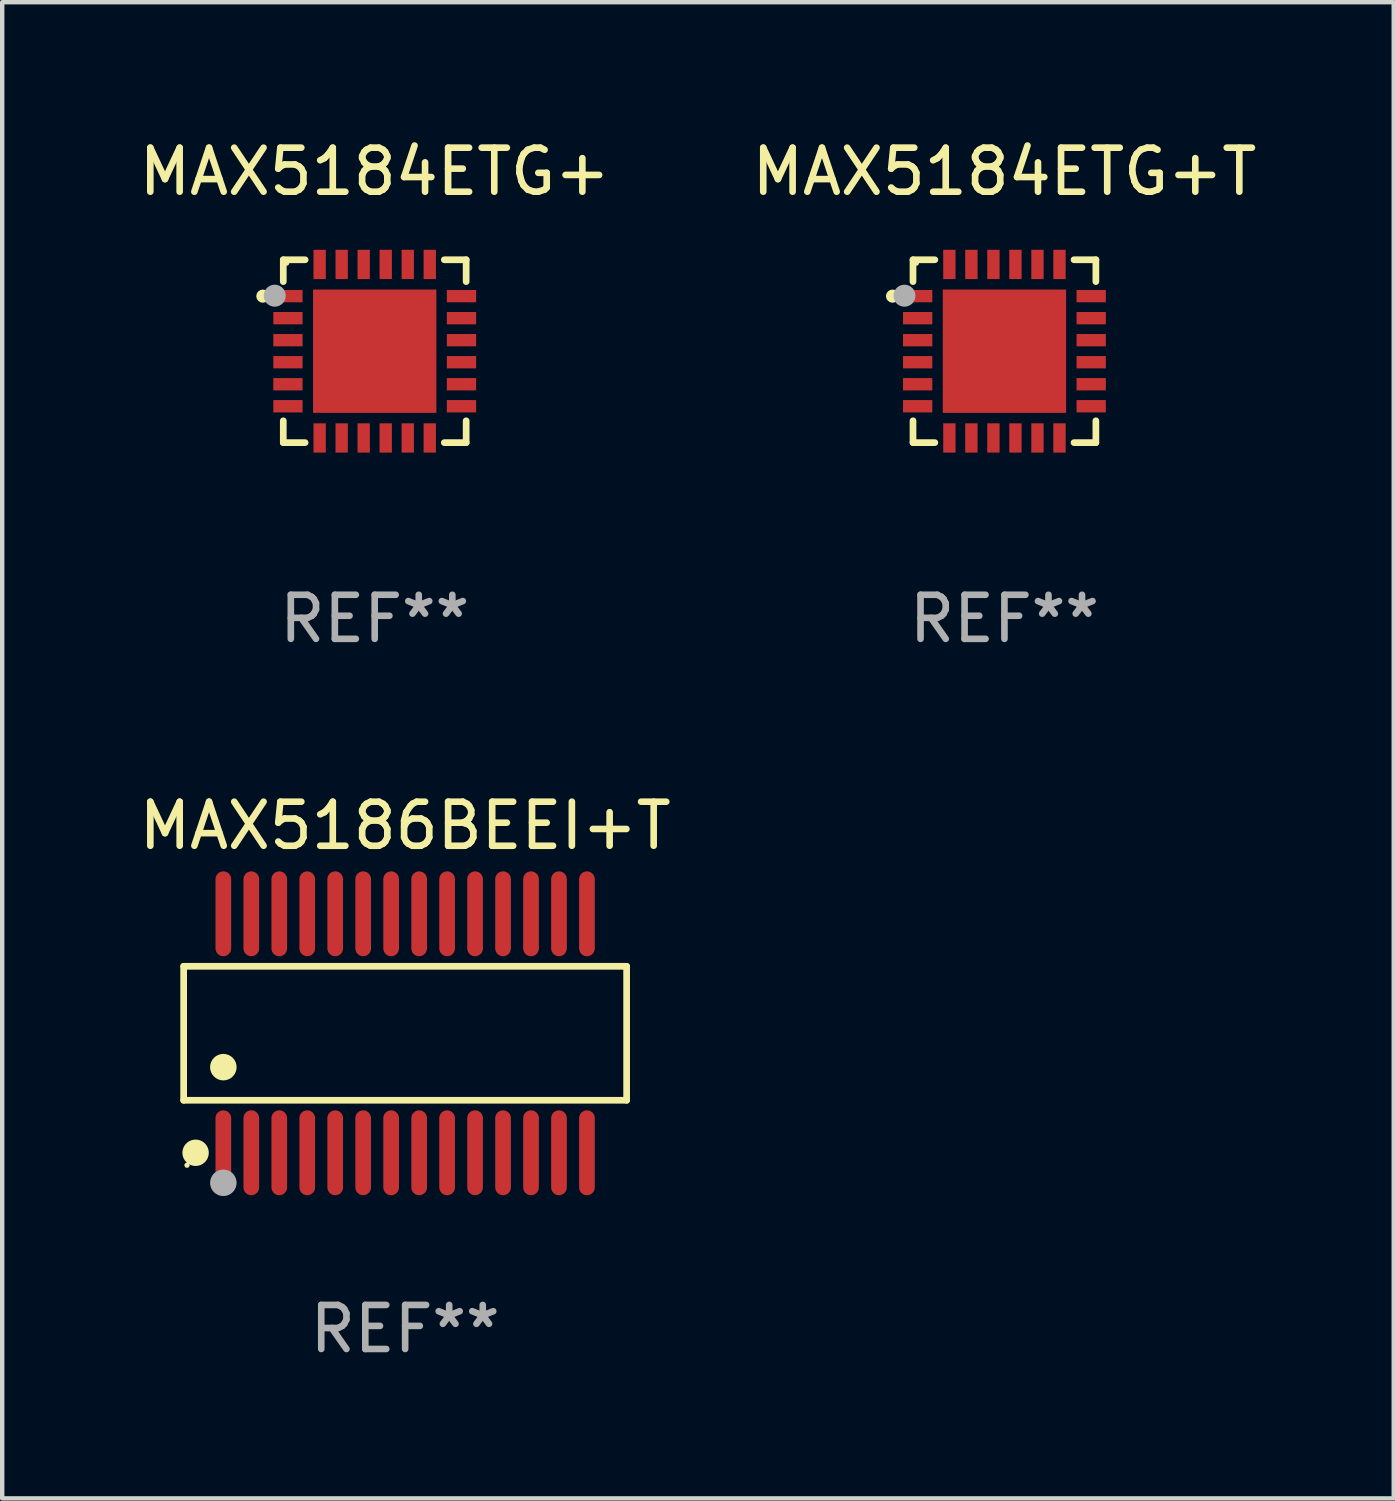
<source format=kicad_pcb>
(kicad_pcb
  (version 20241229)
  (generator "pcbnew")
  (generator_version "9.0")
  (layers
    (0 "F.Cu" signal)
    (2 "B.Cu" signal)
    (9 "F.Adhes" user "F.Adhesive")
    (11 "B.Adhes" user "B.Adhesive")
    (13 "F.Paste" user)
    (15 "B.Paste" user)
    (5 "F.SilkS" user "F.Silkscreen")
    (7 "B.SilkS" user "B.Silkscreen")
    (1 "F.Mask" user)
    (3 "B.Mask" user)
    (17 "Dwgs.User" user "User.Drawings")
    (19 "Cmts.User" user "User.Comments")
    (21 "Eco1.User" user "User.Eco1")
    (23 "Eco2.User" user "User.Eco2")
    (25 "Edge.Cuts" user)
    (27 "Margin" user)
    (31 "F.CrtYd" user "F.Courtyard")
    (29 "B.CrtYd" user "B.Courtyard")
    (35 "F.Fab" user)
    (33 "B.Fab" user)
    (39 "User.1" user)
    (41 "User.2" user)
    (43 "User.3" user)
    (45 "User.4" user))
  (footprint "MAX5186BEEI+T"
    (layer "F.Cu")
    (at 6.149 20.411)
    (property "Reference" "MAX5186BEEI+T" (at 0 -4.713 0) (layer "F.SilkS") (effects (font (size 1 1) (thickness 0.15))))
    (attr through_hole)
    (fp_line (start -5.029 -1.521) (end 5.029 -1.521) (stroke (width 0.152) (type solid)) (layer "F.SilkS"))
    (fp_line (start -5.029 1.521) (end -5.029 -1.521) (stroke (width 0.152) (type solid)) (layer "F.SilkS"))
    (fp_line (start 5.029 -1.521) (end 5.029 1.521) (stroke (width 0.152) (type solid)) (layer "F.SilkS"))
    (fp_line (start 5.029 1.521) (end -5.029 1.521) (stroke (width 0.152) (type solid)) (layer "F.SilkS"))
    (fp_circle (center -4.953 2.995) (end -4.923 2.995) (stroke (width 0.06) (type solid)) (fill no) (layer "F.SilkS"))
    (fp_circle (center -4.758 2.713) (end -4.608 2.713) (stroke (width 0.3) (type solid)) (fill no) (layer "F.SilkS"))
    (fp_circle (center -4.128 0.769) (end -3.977 0.769) (stroke (width 0.3) (type solid)) (fill no) (layer "F.SilkS"))
    (fp_circle (center -4.128 3.395) (end -3.977 3.395) (stroke (width 0.3) (type solid)) (fill no) (layer "F.Fab"))
    (fp_text user "REF**" (at 0 6.713 0) (layer "F.Fab") (effects (font (size 1 1) (thickness 0.15))))
    (pad "1" smd oval (at -4.128 2.713) (size 0.356 1.927) (layers "F.Cu" "F.Mask" "F.Paste"))
    (pad "2" smd oval (at -3.493 2.713) (size 0.356 1.927) (layers "F.Cu" "F.Mask" "F.Paste"))
    (pad "3" smd oval (at -2.858 2.713) (size 0.356 1.927) (layers "F.Cu" "F.Mask" "F.Paste"))
    (pad "4" smd oval (at -2.223 2.713) (size 0.356 1.927) (layers "F.Cu" "F.Mask" "F.Paste"))
    (pad "5" smd oval (at -1.588 2.713) (size 0.356 1.927) (layers "F.Cu" "F.Mask" "F.Paste"))
    (pad "6" smd oval (at -0.953 2.713) (size 0.356 1.927) (layers "F.Cu" "F.Mask" "F.Paste"))
    (pad "7" smd oval (at -0.318 2.713) (size 0.356 1.927) (layers "F.Cu" "F.Mask" "F.Paste"))
    (pad "8" smd oval (at 0.318 2.713) (size 0.356 1.927) (layers "F.Cu" "F.Mask" "F.Paste"))
    (pad "9" smd oval (at 0.953 2.713) (size 0.356 1.927) (layers "F.Cu" "F.Mask" "F.Paste"))
    (pad "10" smd oval (at 1.588 2.713) (size 0.356 1.927) (layers "F.Cu" "F.Mask" "F.Paste"))
    (pad "11" smd oval (at 2.223 2.713) (size 0.356 1.927) (layers "F.Cu" "F.Mask" "F.Paste"))
    (pad "12" smd oval (at 2.858 2.713) (size 0.356 1.927) (layers "F.Cu" "F.Mask" "F.Paste"))
    (pad "13" smd oval (at 3.493 2.713) (size 0.356 1.927) (layers "F.Cu" "F.Mask" "F.Paste"))
    (pad "14" smd oval (at 4.128 2.713) (size 0.356 1.927) (layers "F.Cu" "F.Mask" "F.Paste"))
    (pad "15" smd oval (at 4.128 -2.713) (size 0.356 1.927) (layers "F.Cu" "F.Mask" "F.Paste"))
    (pad "16" smd oval (at 3.493 -2.713) (size 0.356 1.927) (layers "F.Cu" "F.Mask" "F.Paste"))
    (pad "17" smd oval (at 2.858 -2.713) (size 0.356 1.927) (layers "F.Cu" "F.Mask" "F.Paste"))
    (pad "18" smd oval (at 2.223 -2.713) (size 0.356 1.927) (layers "F.Cu" "F.Mask" "F.Paste"))
    (pad "19" smd oval (at 1.588 -2.713) (size 0.356 1.927) (layers "F.Cu" "F.Mask" "F.Paste"))
    (pad "20" smd oval (at 0.953 -2.713) (size 0.356 1.927) (layers "F.Cu" "F.Mask" "F.Paste"))
    (pad "21" smd oval (at 0.318 -2.713) (size 0.356 1.927) (layers "F.Cu" "F.Mask" "F.Paste"))
    (pad "22" smd oval (at -0.318 -2.713) (size 0.356 1.927) (layers "F.Cu" "F.Mask" "F.Paste"))
    (pad "23" smd oval (at -0.953 -2.713) (size 0.356 1.927) (layers "F.Cu" "F.Mask" "F.Paste"))
    (pad "24" smd oval (at -1.588 -2.713) (size 0.356 1.927) (layers "F.Cu" "F.Mask" "F.Paste"))
    (pad "25" smd oval (at -2.223 -2.713) (size 0.356 1.927) (layers "F.Cu" "F.Mask" "F.Paste"))
    (pad "26" smd oval (at -2.858 -2.713) (size 0.356 1.927) (layers "F.Cu" "F.Mask" "F.Paste"))
    (pad "27" smd oval (at -3.493 -2.713) (size 0.356 1.927) (layers "F.Cu" "F.Mask" "F.Paste"))
    (pad "28" smd oval (at -4.128 -2.713) (size 0.356 1.927) (layers "F.Cu" "F.Mask" "F.Paste")))
  (footprint "MAX5184ETG+T"
    (layer "F.Cu")
    (at 19.756 4.924)
    (property "Reference" "MAX5184ETG+T" (at 0 -4.076 0) (layer "F.SilkS") (effects (font (size 1 1) (thickness 0.15))))
    (attr through_hole)
    (fp_line (start -2.076 -2.076) (end -2.076 -1.58) (stroke (width 0.152) (type solid)) (layer "F.SilkS"))
    (fp_line (start -2.076 2.076) (end -2.076 1.58) (stroke (width 0.152) (type solid)) (layer "F.SilkS"))
    (fp_line (start -1.58 -2.076) (end -2.076 -2.076) (stroke (width 0.152) (type solid)) (layer "F.SilkS"))
    (fp_line (start -1.58 2.076) (end -2.076 2.076) (stroke (width 0.152) (type solid)) (layer "F.SilkS"))
    (fp_line (start 1.58 -2.076) (end 2.076 -2.076) (stroke (width 0.152) (type solid)) (layer "F.SilkS"))
    (fp_line (start 1.58 2.076) (end 2.076 2.076) (stroke (width 0.152) (type solid)) (layer "F.SilkS"))
    (fp_line (start 2.076 -2.076) (end 2.076 -1.58) (stroke (width 0.152) (type solid)) (layer "F.SilkS"))
    (fp_line (start 2.076 2.076) (end 2.076 1.58) (stroke (width 0.152) (type solid)) (layer "F.SilkS"))
    (fp_circle (center -2.54 -1.25) (end -2.465 -1.25) (stroke (width 0.15) (type solid)) (fill no) (layer "F.SilkS"))
    (fp_circle (center -2 -2) (end -1.97 -2) (stroke (width 0.06) (type solid)) (fill no) (layer "F.SilkS"))
    (fp_circle (center -2.27 -1.26) (end -2.145 -1.26) (stroke (width 0.25) (type solid)) (fill no) (layer "F.Fab"))
    (fp_text user "REF**" (at 0 6.076 0) (layer "F.Fab") (effects (font (size 1 1) (thickness 0.15))))
    (pad "1" smd rect (at -1.97 -1.25) (size 0.665 0.28) (layers "F.Cu" "F.Mask" "F.Paste"))
    (pad "2" smd rect (at -1.97 -0.75) (size 0.665 0.28) (layers "F.Cu" "F.Mask" "F.Paste"))
    (pad "3" smd rect (at -1.97 -0.25) (size 0.665 0.28) (layers "F.Cu" "F.Mask" "F.Paste"))
    (pad "4" smd rect (at -1.97 0.25) (size 0.665 0.28) (layers "F.Cu" "F.Mask" "F.Paste"))
    (pad "5" smd rect (at -1.97 0.75) (size 0.665 0.28) (layers "F.Cu" "F.Mask" "F.Paste"))
    (pad "6" smd rect (at -1.97 1.25) (size 0.665 0.28) (layers "F.Cu" "F.Mask" "F.Paste"))
    (pad "7" smd rect (at -1.25 1.97) (size 0.28 0.665) (layers "F.Cu" "F.Mask" "F.Paste"))
    (pad "8" smd rect (at -0.75 1.97) (size 0.28 0.665) (layers "F.Cu" "F.Mask" "F.Paste"))
    (pad "9" smd rect (at -0.25 1.97) (size 0.28 0.665) (layers "F.Cu" "F.Mask" "F.Paste"))
    (pad "10" smd rect (at 0.25 1.97) (size 0.28 0.665) (layers "F.Cu" "F.Mask" "F.Paste"))
    (pad "11" smd rect (at 0.75 1.97) (size 0.28 0.665) (layers "F.Cu" "F.Mask" "F.Paste"))
    (pad "12" smd rect (at 1.25 1.97) (size 0.28 0.665) (layers "F.Cu" "F.Mask" "F.Paste"))
    (pad "13" smd rect (at 1.97 1.25) (size 0.665 0.28) (layers "F.Cu" "F.Mask" "F.Paste"))
    (pad "14" smd rect (at 1.97 0.75) (size 0.665 0.28) (layers "F.Cu" "F.Mask" "F.Paste"))
    (pad "15" smd rect (at 1.97 0.25) (size 0.665 0.28) (layers "F.Cu" "F.Mask" "F.Paste"))
    (pad "16" smd rect (at 1.97 -0.25) (size 0.665 0.28) (layers "F.Cu" "F.Mask" "F.Paste"))
    (pad "17" smd rect (at 1.97 -0.75) (size 0.665 0.28) (layers "F.Cu" "F.Mask" "F.Paste"))
    (pad "18" smd rect (at 1.97 -1.25) (size 0.665 0.28) (layers "F.Cu" "F.Mask" "F.Paste"))
    (pad "19" smd rect (at 1.25 -1.97) (size 0.28 0.665) (layers "F.Cu" "F.Mask" "F.Paste"))
    (pad "20" smd rect (at 0.75 -1.97) (size 0.28 0.665) (layers "F.Cu" "F.Mask" "F.Paste"))
    (pad "21" smd rect (at 0.25 -1.97) (size 0.28 0.665) (layers "F.Cu" "F.Mask" "F.Paste"))
    (pad "22" smd rect (at -0.25 -1.97) (size 0.28 0.665) (layers "F.Cu" "F.Mask" "F.Paste"))
    (pad "23" smd rect (at -0.75 -1.97) (size 0.28 0.665) (layers "F.Cu" "F.Mask" "F.Paste"))
    (pad "24" smd rect (at -1.25 -1.97) (size 0.28 0.665) (layers "F.Cu" "F.Mask" "F.Paste"))
    (pad "25" smd rect (at 0 0) (size 2.8 2.8) (layers "F.Cu" "F.Mask" "F.Paste")))
  (footprint "MAX5184ETG+"
    (layer "F.Cu")
    (at 5.458 4.924)
    (property "Reference" "MAX5184ETG+" (at 0 -4.076 0) (layer "F.SilkS") (effects (font (size 1 1) (thickness 0.15))))
    (attr through_hole)
    (fp_line (start -2.076 -2.076) (end -2.076 -1.58) (stroke (width 0.152) (type solid)) (layer "F.SilkS"))
    (fp_line (start -2.076 2.076) (end -2.076 1.58) (stroke (width 0.152) (type solid)) (layer "F.SilkS"))
    (fp_line (start -1.58 -2.076) (end -2.076 -2.076) (stroke (width 0.152) (type solid)) (layer "F.SilkS"))
    (fp_line (start -1.58 2.076) (end -2.076 2.076) (stroke (width 0.152) (type solid)) (layer "F.SilkS"))
    (fp_line (start 1.58 -2.076) (end 2.076 -2.076) (stroke (width 0.152) (type solid)) (layer "F.SilkS"))
    (fp_line (start 1.58 2.076) (end 2.076 2.076) (stroke (width 0.152) (type solid)) (layer "F.SilkS"))
    (fp_line (start 2.076 -2.076) (end 2.076 -1.58) (stroke (width 0.152) (type solid)) (layer "F.SilkS"))
    (fp_line (start 2.076 2.076) (end 2.076 1.58) (stroke (width 0.152) (type solid)) (layer "F.SilkS"))
    (fp_circle (center -2.54 -1.25) (end -2.465 -1.25) (stroke (width 0.15) (type solid)) (fill no) (layer "F.SilkS"))
    (fp_circle (center -2 -2) (end -1.97 -2) (stroke (width 0.06) (type solid)) (fill no) (layer "F.SilkS"))
    (fp_circle (center -2.27 -1.26) (end -2.145 -1.26) (stroke (width 0.25) (type solid)) (fill no) (layer "F.Fab"))
    (fp_text user "REF**" (at 0 6.076 0) (layer "F.Fab") (effects (font (size 1 1) (thickness 0.15))))
    (pad "1" smd rect (at -1.97 -1.25) (size 0.665 0.28) (layers "F.Cu" "F.Mask" "F.Paste"))
    (pad "2" smd rect (at -1.97 -0.75) (size 0.665 0.28) (layers "F.Cu" "F.Mask" "F.Paste"))
    (pad "3" smd rect (at -1.97 -0.25) (size 0.665 0.28) (layers "F.Cu" "F.Mask" "F.Paste"))
    (pad "4" smd rect (at -1.97 0.25) (size 0.665 0.28) (layers "F.Cu" "F.Mask" "F.Paste"))
    (pad "5" smd rect (at -1.97 0.75) (size 0.665 0.28) (layers "F.Cu" "F.Mask" "F.Paste"))
    (pad "6" smd rect (at -1.97 1.25) (size 0.665 0.28) (layers "F.Cu" "F.Mask" "F.Paste"))
    (pad "7" smd rect (at -1.25 1.97) (size 0.28 0.665) (layers "F.Cu" "F.Mask" "F.Paste"))
    (pad "8" smd rect (at -0.75 1.97) (size 0.28 0.665) (layers "F.Cu" "F.Mask" "F.Paste"))
    (pad "9" smd rect (at -0.25 1.97) (size 0.28 0.665) (layers "F.Cu" "F.Mask" "F.Paste"))
    (pad "10" smd rect (at 0.25 1.97) (size 0.28 0.665) (layers "F.Cu" "F.Mask" "F.Paste"))
    (pad "11" smd rect (at 0.75 1.97) (size 0.28 0.665) (layers "F.Cu" "F.Mask" "F.Paste"))
    (pad "12" smd rect (at 1.25 1.97) (size 0.28 0.665) (layers "F.Cu" "F.Mask" "F.Paste"))
    (pad "13" smd rect (at 1.97 1.25) (size 0.665 0.28) (layers "F.Cu" "F.Mask" "F.Paste"))
    (pad "14" smd rect (at 1.97 0.75) (size 0.665 0.28) (layers "F.Cu" "F.Mask" "F.Paste"))
    (pad "15" smd rect (at 1.97 0.25) (size 0.665 0.28) (layers "F.Cu" "F.Mask" "F.Paste"))
    (pad "16" smd rect (at 1.97 -0.25) (size 0.665 0.28) (layers "F.Cu" "F.Mask" "F.Paste"))
    (pad "17" smd rect (at 1.97 -0.75) (size 0.665 0.28) (layers "F.Cu" "F.Mask" "F.Paste"))
    (pad "18" smd rect (at 1.97 -1.25) (size 0.665 0.28) (layers "F.Cu" "F.Mask" "F.Paste"))
    (pad "19" smd rect (at 1.25 -1.97) (size 0.28 0.665) (layers "F.Cu" "F.Mask" "F.Paste"))
    (pad "20" smd rect (at 0.75 -1.97) (size 0.28 0.665) (layers "F.Cu" "F.Mask" "F.Paste"))
    (pad "21" smd rect (at 0.25 -1.97) (size 0.28 0.665) (layers "F.Cu" "F.Mask" "F.Paste"))
    (pad "22" smd rect (at -0.25 -1.97) (size 0.28 0.665) (layers "F.Cu" "F.Mask" "F.Paste"))
    (pad "23" smd rect (at -0.75 -1.97) (size 0.28 0.665) (layers "F.Cu" "F.Mask" "F.Paste"))
    (pad "24" smd rect (at -1.25 -1.97) (size 0.28 0.665) (layers "F.Cu" "F.Mask" "F.Paste"))
    (pad "25" smd rect (at 0 0) (size 2.8 2.8) (layers "F.Cu" "F.Mask" "F.Paste")))
  (gr_rect
    (start -3 -3)
    (end 28.595 30.972)
    (stroke (width 0.1) (type default))
    (fill no)
    (layer "Edge.Cuts")))
</source>
